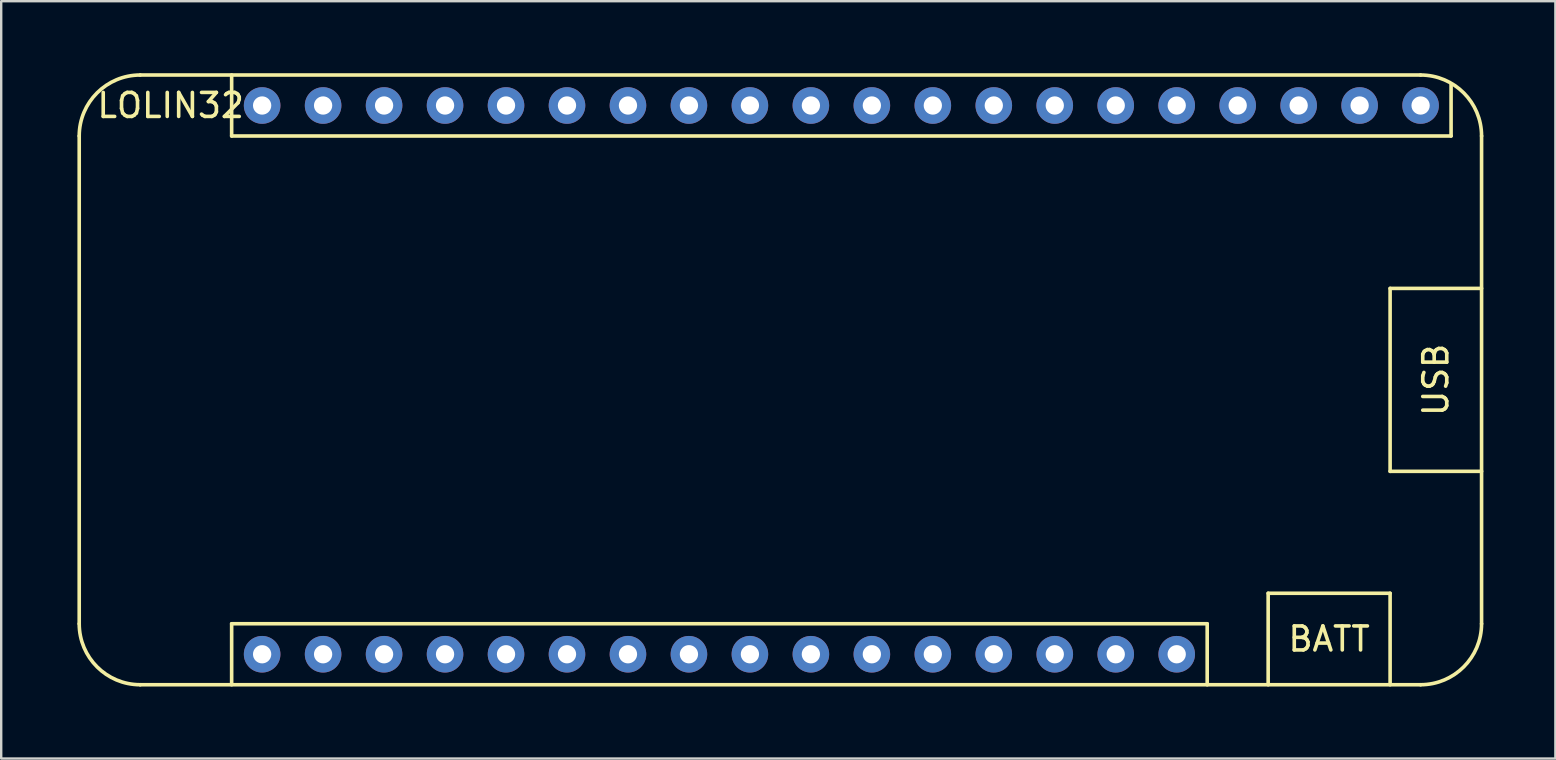
<source format=kicad_pcb>
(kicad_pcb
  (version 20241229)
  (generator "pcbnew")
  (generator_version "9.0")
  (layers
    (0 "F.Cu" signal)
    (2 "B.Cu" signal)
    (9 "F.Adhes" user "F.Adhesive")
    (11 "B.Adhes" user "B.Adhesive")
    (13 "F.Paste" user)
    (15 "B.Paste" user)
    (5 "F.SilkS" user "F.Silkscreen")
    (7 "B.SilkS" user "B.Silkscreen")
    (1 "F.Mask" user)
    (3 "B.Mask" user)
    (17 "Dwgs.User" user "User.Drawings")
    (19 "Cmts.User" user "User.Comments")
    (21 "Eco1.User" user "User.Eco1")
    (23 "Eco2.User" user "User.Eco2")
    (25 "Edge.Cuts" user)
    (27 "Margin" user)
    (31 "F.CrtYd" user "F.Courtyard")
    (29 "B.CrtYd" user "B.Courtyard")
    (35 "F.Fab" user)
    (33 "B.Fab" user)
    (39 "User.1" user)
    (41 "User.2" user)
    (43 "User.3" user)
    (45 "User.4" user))
  (footprint "LOLIN32"
    (layer "F.Cu")
    (at 0.25 12.775)
    (property "Reference" "LOLIN32" (at 3.81 -11.43 0) (layer "F.SilkS") (effects (font (size 1 1) (thickness 0.15))))
    (attr through_hole)
    (fp_line (start 0 10.16) (end 0 -10.16) (stroke (width 0.15) (type solid)) (layer "F.SilkS"))
    (fp_line (start 2.54 -12.7) (end 55.88 -12.7) (stroke (width 0.15) (type solid)) (layer "F.SilkS"))
    (fp_line (start 6.35 -12.7) (end 6.35 -10.16) (stroke (width 0.15) (type solid)) (layer "F.SilkS"))
    (fp_line (start 6.35 -10.16) (end 57.15 -10.16) (stroke (width 0.15) (type solid)) (layer "F.SilkS"))
    (fp_line (start 6.35 10.16) (end 6.35 12.7) (stroke (width 0.15) (type solid)) (layer "F.SilkS"))
    (fp_line (start 46.99 10.16) (end 6.35 10.16) (stroke (width 0.15) (type solid)) (layer "F.SilkS"))
    (fp_line (start 46.99 12.7) (end 46.99 10.16) (stroke (width 0.15) (type solid)) (layer "F.SilkS"))
    (fp_line (start 49.53 8.89) (end 49.53 12.7) (stroke (width 0.15) (type solid)) (layer "F.SilkS"))
    (fp_line (start 54.61 -3.81) (end 54.61 3.81) (stroke (width 0.15) (type solid)) (layer "F.SilkS"))
    (fp_line (start 54.61 3.81) (end 58.42 3.81) (stroke (width 0.15) (type solid)) (layer "F.SilkS"))
    (fp_line (start 54.61 8.89) (end 49.53 8.89) (stroke (width 0.15) (type solid)) (layer "F.SilkS"))
    (fp_line (start 54.61 12.7) (end 54.61 8.89) (stroke (width 0.15) (type solid)) (layer "F.SilkS"))
    (fp_line (start 55.88 12.7) (end 2.54 12.7) (stroke (width 0.15) (type solid)) (layer "F.SilkS"))
    (fp_line (start 57.15 -10.16) (end 57.15 -12.319) (stroke (width 0.15) (type solid)) (layer "F.SilkS"))
    (fp_line (start 58.42 -10.16) (end 58.42 10.16) (stroke (width 0.15) (type solid)) (layer "F.SilkS"))
    (fp_line (start 58.42 -3.81) (end 54.61 -3.81) (stroke (width 0.15) (type solid)) (layer "F.SilkS"))
    (fp_arc (start 0 -10.16) (mid 0.743949 -11.956051) (end 2.54 -12.7) (stroke (width 0.15) (type solid)) (layer "F.SilkS"))
    (fp_arc (start 2.54 12.7) (mid 0.743949 11.956051) (end 0 10.16) (stroke (width 0.15) (type solid)) (layer "F.SilkS"))
    (fp_arc (start 55.88 -12.7) (mid 57.676051 -11.956051) (end 58.42 -10.16) (stroke (width 0.15) (type solid)) (layer "F.SilkS"))
    (fp_arc (start 58.42 10.16) (mid 57.676051 11.956051) (end 55.88 12.7) (stroke (width 0.15) (type solid)) (layer "F.SilkS"))
    (fp_text user "USB" (at 56.515 0 90) (layer "F.SilkS") (effects (font (size 1 1) (thickness 0.15))))
    (fp_text user "BATT" (at 52.07 10.795 0) (layer "F.SilkS") (effects (font (size 1 1) (thickness 0.15))))
    (pad "1" thru_hole circle (at 7.62 11.43) (size 1.524 1.524) (drill 0.762) (layers "*.Cu" "*.Mask"))
    (pad "2" thru_hole circle (at 10.16 11.43) (size 1.524 1.524) (drill 0.762) (layers "*.Cu" "*.Mask"))
    (pad "3" thru_hole circle (at 12.7 11.43) (size 1.524 1.524) (drill 0.762) (layers "*.Cu" "*.Mask"))
    (pad "4" thru_hole circle (at 15.24 11.43) (size 1.524 1.524) (drill 0.762) (layers "*.Cu" "*.Mask"))
    (pad "5" thru_hole circle (at 17.78 11.43) (size 1.524 1.524) (drill 0.762) (layers "*.Cu" "*.Mask"))
    (pad "6" thru_hole circle (at 20.32 11.43) (size 1.524 1.524) (drill 0.762) (layers "*.Cu" "*.Mask"))
    (pad "7" thru_hole circle (at 22.86 11.43) (size 1.524 1.524) (drill 0.762) (layers "*.Cu" "*.Mask"))
    (pad "8" thru_hole circle (at 25.4 11.43) (size 1.524 1.524) (drill 0.762) (layers "*.Cu" "*.Mask"))
    (pad "9" thru_hole circle (at 27.94 11.43) (size 1.524 1.524) (drill 0.762) (layers "*.Cu" "*.Mask"))
    (pad "10" thru_hole circle (at 30.48 11.43) (size 1.524 1.524) (drill 0.762) (layers "*.Cu" "*.Mask"))
    (pad "11" thru_hole circle (at 33.02 11.43) (size 1.524 1.524) (drill 0.762) (layers "*.Cu" "*.Mask"))
    (pad "12" thru_hole circle (at 35.56 11.43) (size 1.524 1.524) (drill 0.762) (layers "*.Cu" "*.Mask"))
    (pad "13" thru_hole circle (at 38.1 11.43) (size 1.524 1.524) (drill 0.762) (layers "*.Cu" "*.Mask"))
    (pad "14" thru_hole circle (at 40.64 11.43) (size 1.524 1.524) (drill 0.762) (layers "*.Cu" "*.Mask"))
    (pad "15" thru_hole circle (at 43.18 11.43) (size 1.524 1.524) (drill 0.762) (layers "*.Cu" "*.Mask"))
    (pad "16" thru_hole circle (at 45.72 11.43) (size 1.524 1.524) (drill 0.762) (layers "*.Cu" "*.Mask"))
    (pad "17" thru_hole circle (at 7.62 -11.43) (size 1.524 1.524) (drill 0.762) (layers "*.Cu" "*.Mask"))
    (pad "18" thru_hole circle (at 10.16 -11.43) (size 1.524 1.524) (drill 0.762) (layers "*.Cu" "*.Mask"))
    (pad "19" thru_hole circle (at 12.7 -11.43) (size 1.524 1.524) (drill 0.762) (layers "*.Cu" "*.Mask"))
    (pad "20" thru_hole circle (at 15.24 -11.43) (size 1.524 1.524) (drill 0.762) (layers "*.Cu" "*.Mask"))
    (pad "21" thru_hole circle (at 17.78 -11.43) (size 1.524 1.524) (drill 0.762) (layers "*.Cu" "*.Mask"))
    (pad "22" thru_hole circle (at 20.32 -11.43) (size 1.524 1.524) (drill 0.762) (layers "*.Cu" "*.Mask"))
    (pad "23" thru_hole circle (at 22.86 -11.43) (size 1.524 1.524) (drill 0.762) (layers "*.Cu" "*.Mask"))
    (pad "24" thru_hole circle (at 25.4 -11.43) (size 1.524 1.524) (drill 0.762) (layers "*.Cu" "*.Mask"))
    (pad "25" thru_hole circle (at 27.94 -11.43) (size 1.524 1.524) (drill 0.762) (layers "*.Cu" "*.Mask"))
    (pad "26" thru_hole circle (at 30.48 -11.43) (size 1.524 1.524) (drill 0.762) (layers "*.Cu" "*.Mask"))
    (pad "27" thru_hole circle (at 33.02 -11.43) (size 1.524 1.524) (drill 0.762) (layers "*.Cu" "*.Mask"))
    (pad "28" thru_hole circle (at 35.56 -11.43) (size 1.524 1.524) (drill 0.762) (layers "*.Cu" "*.Mask"))
    (pad "29" thru_hole circle (at 38.1 -11.43) (size 1.524 1.524) (drill 0.762) (layers "*.Cu" "*.Mask"))
    (pad "30" thru_hole circle (at 40.64 -11.43) (size 1.524 1.524) (drill 0.762) (layers "*.Cu" "*.Mask"))
    (pad "31" thru_hole circle (at 43.18 -11.43) (size 1.524 1.524) (drill 0.762) (layers "*.Cu" "*.Mask"))
    (pad "32" thru_hole circle (at 45.72 -11.43) (size 1.524 1.524) (drill 0.762) (layers "*.Cu" "*.Mask"))
    (pad "33" thru_hole circle (at 48.26 -11.43) (size 1.524 1.524) (drill 0.762) (layers "*.Cu" "*.Mask"))
    (pad "34" thru_hole circle (at 50.8 -11.43) (size 1.524 1.524) (drill 0.762) (layers "*.Cu" "*.Mask"))
    (pad "35" thru_hole circle (at 53.34 -11.43) (size 1.524 1.524) (drill 0.762) (layers "*.Cu" "*.Mask"))
    (pad "36" thru_hole circle (at 55.88 -11.43) (size 1.524 1.524) (drill 0.762) (layers "*.Cu" "*.Mask")))
  (gr_rect
    (start -3 -3)
    (end 61.745 28.55)
    (stroke (width 0.1) (type default))
    (fill no)
    (layer "Edge.Cuts")))
</source>
